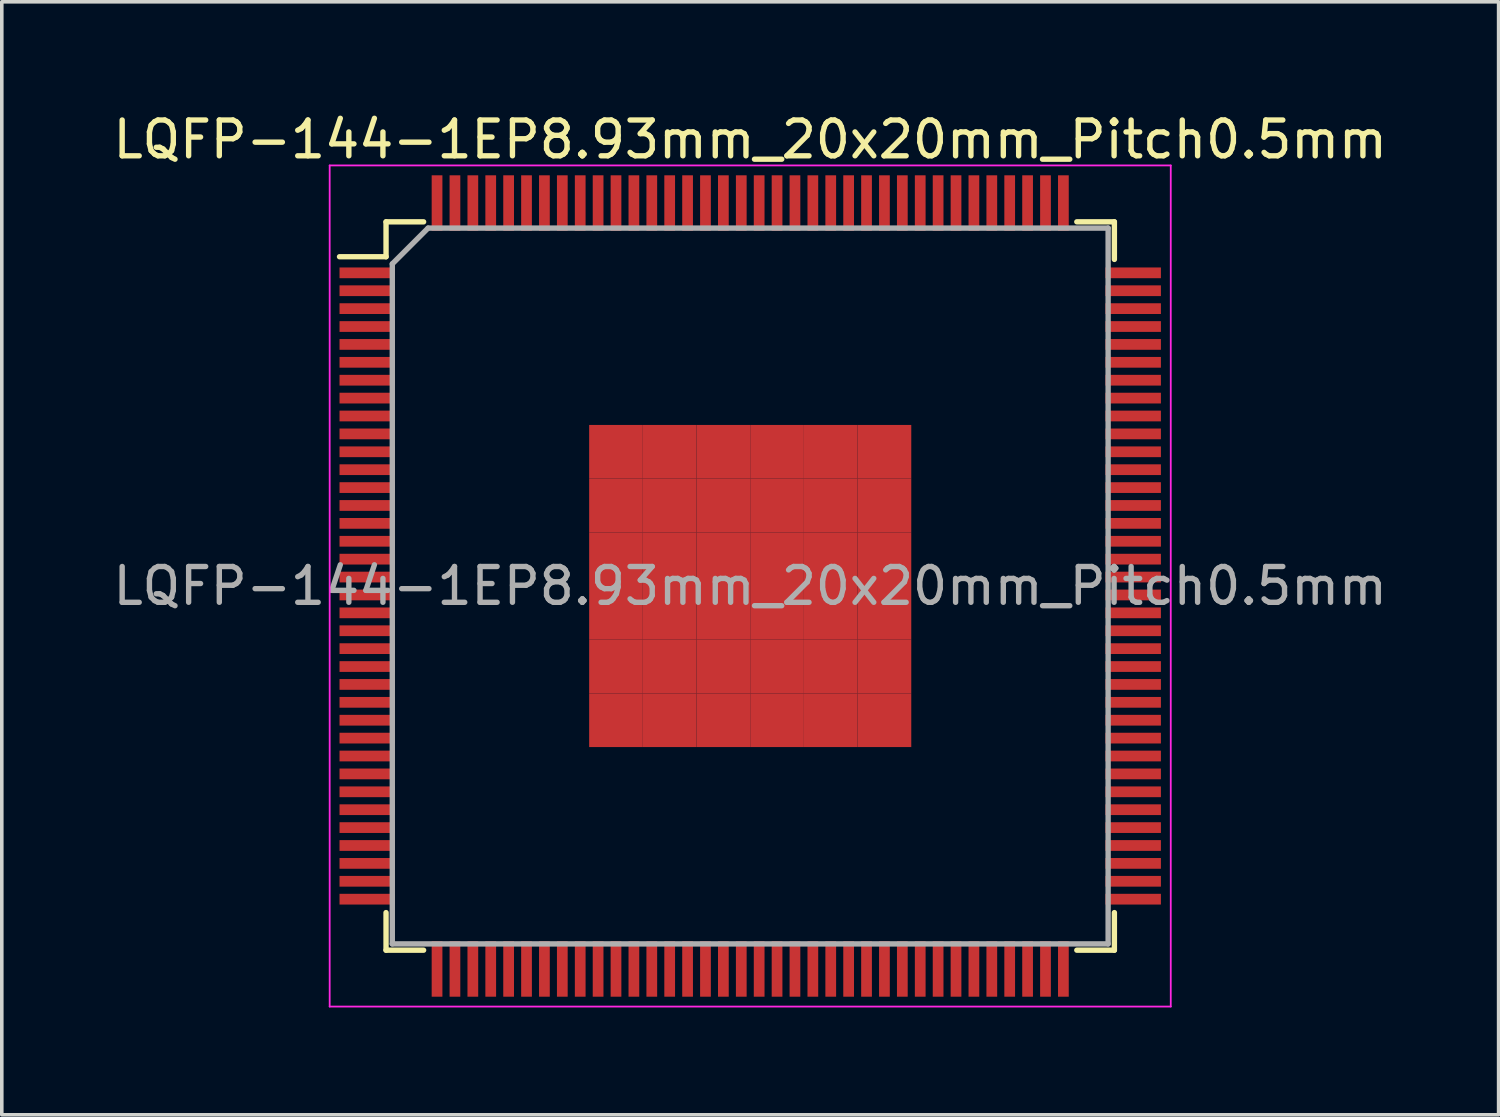
<source format=kicad_pcb>
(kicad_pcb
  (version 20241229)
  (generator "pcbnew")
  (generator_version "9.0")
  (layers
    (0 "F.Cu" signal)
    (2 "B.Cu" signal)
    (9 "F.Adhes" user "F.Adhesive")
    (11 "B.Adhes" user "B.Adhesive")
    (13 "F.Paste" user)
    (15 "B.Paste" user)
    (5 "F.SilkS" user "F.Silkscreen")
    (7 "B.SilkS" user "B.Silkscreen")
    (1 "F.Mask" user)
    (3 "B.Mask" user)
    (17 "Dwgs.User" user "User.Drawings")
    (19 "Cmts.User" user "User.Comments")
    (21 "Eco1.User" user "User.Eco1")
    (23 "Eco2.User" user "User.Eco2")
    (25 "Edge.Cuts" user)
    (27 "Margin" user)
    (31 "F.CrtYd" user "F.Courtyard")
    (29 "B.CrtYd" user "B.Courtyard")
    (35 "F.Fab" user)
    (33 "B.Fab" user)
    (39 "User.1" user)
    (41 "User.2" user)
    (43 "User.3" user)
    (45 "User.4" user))
  (footprint "LQFP-144-1EP8.93mm_20x20mm_Pitch0.5mm"
    (layer "F.Cu")
    (at 17.911 13.323)
    (property "Reference" "LQFP-144-1EP8.93mm_20x20mm_Pitch0.5mm" (at 0 -12.475 0) (layer "F.SilkS") (effects (font (size 1 1) (thickness 0.15))))
    (attr smd)
    (fp_line (start -10.175 -10.175) (end -10.175 -9.2) (stroke (width 0.15) (type solid)) (layer "F.SilkS"))
    (fp_line (start -10.175 -10.175) (end -9.125 -10.175) (stroke (width 0.15) (type solid)) (layer "F.SilkS"))
    (fp_line (start -10.175 -9.2) (end -11.475 -9.2) (stroke (width 0.15) (type solid)) (layer "F.SilkS"))
    (fp_line (start -10.175 10.175) (end -10.175 9.125) (stroke (width 0.15) (type solid)) (layer "F.SilkS"))
    (fp_line (start -10.175 10.175) (end -9.125 10.175) (stroke (width 0.15) (type solid)) (layer "F.SilkS"))
    (fp_line (start 10.175 -10.175) (end 9.125 -10.175) (stroke (width 0.15) (type solid)) (layer "F.SilkS"))
    (fp_line (start 10.175 -10.175) (end 10.175 -9.125) (stroke (width 0.15) (type solid)) (layer "F.SilkS"))
    (fp_line (start 10.175 10.175) (end 9.125 10.175) (stroke (width 0.15) (type solid)) (layer "F.SilkS"))
    (fp_line (start 10.175 10.175) (end 10.175 9.125) (stroke (width 0.15) (type solid)) (layer "F.SilkS"))
    (fp_line (start -11.75 -11.75) (end -11.75 11.75) (stroke (width 0.05) (type solid)) (layer "F.CrtYd"))
    (fp_line (start -11.75 -11.75) (end 11.75 -11.75) (stroke (width 0.05) (type solid)) (layer "F.CrtYd"))
    (fp_line (start -11.75 11.75) (end 11.75 11.75) (stroke (width 0.05) (type solid)) (layer "F.CrtYd"))
    (fp_line (start 11.75 -11.75) (end 11.75 11.75) (stroke (width 0.05) (type solid)) (layer "F.CrtYd"))
    (fp_line (start -10 -9) (end -9 -10) (stroke (width 0.15) (type solid)) (layer "F.Fab"))
    (fp_line (start -10 10) (end -10 -9) (stroke (width 0.15) (type solid)) (layer "F.Fab"))
    (fp_line (start -9 -10) (end 10 -10) (stroke (width 0.15) (type solid)) (layer "F.Fab"))
    (fp_line (start 10 -10) (end 10 10) (stroke (width 0.15) (type solid)) (layer "F.Fab"))
    (fp_line (start 10 10) (end -10 10) (stroke (width 0.15) (type solid)) (layer "F.Fab"))
    (fp_text user "${REFERENCE}" (at 0 0 0) (layer "F.Fab") (effects (font (size 1 1) (thickness 0.15))))
    (pad "1" smd rect (at -10.7 -8.75) (size 1.55 0.3) (layers "F.Cu" "F.Mask" "F.Paste"))
    (pad "2" smd rect (at -10.7 -8.25) (size 1.55 0.3) (layers "F.Cu" "F.Mask" "F.Paste"))
    (pad "3" smd rect (at -10.7 -7.75) (size 1.55 0.3) (layers "F.Cu" "F.Mask" "F.Paste"))
    (pad "4" smd rect (at -10.7 -7.25) (size 1.55 0.3) (layers "F.Cu" "F.Mask" "F.Paste"))
    (pad "5" smd rect (at -10.7 -6.75) (size 1.55 0.3) (layers "F.Cu" "F.Mask" "F.Paste"))
    (pad "6" smd rect (at -10.7 -6.25) (size 1.55 0.3) (layers "F.Cu" "F.Mask" "F.Paste"))
    (pad "7" smd rect (at -10.7 -5.75) (size 1.55 0.3) (layers "F.Cu" "F.Mask" "F.Paste"))
    (pad "8" smd rect (at -10.7 -5.25) (size 1.55 0.3) (layers "F.Cu" "F.Mask" "F.Paste"))
    (pad "9" smd rect (at -10.7 -4.75) (size 1.55 0.3) (layers "F.Cu" "F.Mask" "F.Paste"))
    (pad "10" smd rect (at -10.7 -4.25) (size 1.55 0.3) (layers "F.Cu" "F.Mask" "F.Paste"))
    (pad "11" smd rect (at -10.7 -3.75) (size 1.55 0.3) (layers "F.Cu" "F.Mask" "F.Paste"))
    (pad "12" smd rect (at -10.7 -3.25) (size 1.55 0.3) (layers "F.Cu" "F.Mask" "F.Paste"))
    (pad "13" smd rect (at -10.7 -2.75) (size 1.55 0.3) (layers "F.Cu" "F.Mask" "F.Paste"))
    (pad "14" smd rect (at -10.7 -2.25) (size 1.55 0.3) (layers "F.Cu" "F.Mask" "F.Paste"))
    (pad "15" smd rect (at -10.7 -1.75) (size 1.55 0.3) (layers "F.Cu" "F.Mask" "F.Paste"))
    (pad "16" smd rect (at -10.7 -1.25) (size 1.55 0.3) (layers "F.Cu" "F.Mask" "F.Paste"))
    (pad "17" smd rect (at -10.7 -0.75) (size 1.55 0.3) (layers "F.Cu" "F.Mask" "F.Paste"))
    (pad "18" smd rect (at -10.7 -0.25) (size 1.55 0.3) (layers "F.Cu" "F.Mask" "F.Paste"))
    (pad "19" smd rect (at -10.7 0.25) (size 1.55 0.3) (layers "F.Cu" "F.Mask" "F.Paste"))
    (pad "20" smd rect (at -10.7 0.75) (size 1.55 0.3) (layers "F.Cu" "F.Mask" "F.Paste"))
    (pad "21" smd rect (at -10.7 1.25) (size 1.55 0.3) (layers "F.Cu" "F.Mask" "F.Paste"))
    (pad "22" smd rect (at -10.7 1.75) (size 1.55 0.3) (layers "F.Cu" "F.Mask" "F.Paste"))
    (pad "23" smd rect (at -10.7 2.25) (size 1.55 0.3) (layers "F.Cu" "F.Mask" "F.Paste"))
    (pad "24" smd rect (at -10.7 2.75) (size 1.55 0.3) (layers "F.Cu" "F.Mask" "F.Paste"))
    (pad "25" smd rect (at -10.7 3.25) (size 1.55 0.3) (layers "F.Cu" "F.Mask" "F.Paste"))
    (pad "26" smd rect (at -10.7 3.75) (size 1.55 0.3) (layers "F.Cu" "F.Mask" "F.Paste"))
    (pad "27" smd rect (at -10.7 4.25) (size 1.55 0.3) (layers "F.Cu" "F.Mask" "F.Paste"))
    (pad "28" smd rect (at -10.7 4.75) (size 1.55 0.3) (layers "F.Cu" "F.Mask" "F.Paste"))
    (pad "29" smd rect (at -10.7 5.25) (size 1.55 0.3) (layers "F.Cu" "F.Mask" "F.Paste"))
    (pad "30" smd rect (at -10.7 5.75) (size 1.55 0.3) (layers "F.Cu" "F.Mask" "F.Paste"))
    (pad "31" smd rect (at -10.7 6.25) (size 1.55 0.3) (layers "F.Cu" "F.Mask" "F.Paste"))
    (pad "32" smd rect (at -10.7 6.75) (size 1.55 0.3) (layers "F.Cu" "F.Mask" "F.Paste"))
    (pad "33" smd rect (at -10.7 7.25) (size 1.55 0.3) (layers "F.Cu" "F.Mask" "F.Paste"))
    (pad "34" smd rect (at -10.7 7.75) (size 1.55 0.3) (layers "F.Cu" "F.Mask" "F.Paste"))
    (pad "35" smd rect (at -10.7 8.25) (size 1.55 0.3) (layers "F.Cu" "F.Mask" "F.Paste"))
    (pad "36" smd rect (at -10.7 8.75) (size 1.55 0.3) (layers "F.Cu" "F.Mask" "F.Paste"))
    (pad "37" smd rect (at -8.75 10.7 90) (size 1.55 0.3) (layers "F.Cu" "F.Mask" "F.Paste"))
    (pad "38" smd rect (at -8.25 10.7 90) (size 1.55 0.3) (layers "F.Cu" "F.Mask" "F.Paste"))
    (pad "39" smd rect (at -7.75 10.7 90) (size 1.55 0.3) (layers "F.Cu" "F.Mask" "F.Paste"))
    (pad "40" smd rect (at -7.25 10.7 90) (size 1.55 0.3) (layers "F.Cu" "F.Mask" "F.Paste"))
    (pad "41" smd rect (at -6.75 10.7 90) (size 1.55 0.3) (layers "F.Cu" "F.Mask" "F.Paste"))
    (pad "42" smd rect (at -6.25 10.7 90) (size 1.55 0.3) (layers "F.Cu" "F.Mask" "F.Paste"))
    (pad "43" smd rect (at -5.75 10.7 90) (size 1.55 0.3) (layers "F.Cu" "F.Mask" "F.Paste"))
    (pad "44" smd rect (at -5.25 10.7 90) (size 1.55 0.3) (layers "F.Cu" "F.Mask" "F.Paste"))
    (pad "45" smd rect (at -4.75 10.7 90) (size 1.55 0.3) (layers "F.Cu" "F.Mask" "F.Paste"))
    (pad "46" smd rect (at -4.25 10.7 90) (size 1.55 0.3) (layers "F.Cu" "F.Mask" "F.Paste"))
    (pad "47" smd rect (at -3.75 10.7 90) (size 1.55 0.3) (layers "F.Cu" "F.Mask" "F.Paste"))
    (pad "48" smd rect (at -3.25 10.7 90) (size 1.55 0.3) (layers "F.Cu" "F.Mask" "F.Paste"))
    (pad "49" smd rect (at -2.75 10.7 90) (size 1.55 0.3) (layers "F.Cu" "F.Mask" "F.Paste"))
    (pad "50" smd rect (at -2.25 10.7 90) (size 1.55 0.3) (layers "F.Cu" "F.Mask" "F.Paste"))
    (pad "51" smd rect (at -1.75 10.7 90) (size 1.55 0.3) (layers "F.Cu" "F.Mask" "F.Paste"))
    (pad "52" smd rect (at -1.25 10.7 90) (size 1.55 0.3) (layers "F.Cu" "F.Mask" "F.Paste"))
    (pad "53" smd rect (at -0.75 10.7 90) (size 1.55 0.3) (layers "F.Cu" "F.Mask" "F.Paste"))
    (pad "54" smd rect (at -0.25 10.7 90) (size 1.55 0.3) (layers "F.Cu" "F.Mask" "F.Paste"))
    (pad "55" smd rect (at 0.25 10.7 90) (size 1.55 0.3) (layers "F.Cu" "F.Mask" "F.Paste"))
    (pad "56" smd rect (at 0.75 10.7 90) (size 1.55 0.3) (layers "F.Cu" "F.Mask" "F.Paste"))
    (pad "57" smd rect (at 1.25 10.7 90) (size 1.55 0.3) (layers "F.Cu" "F.Mask" "F.Paste"))
    (pad "58" smd rect (at 1.75 10.7 90) (size 1.55 0.3) (layers "F.Cu" "F.Mask" "F.Paste"))
    (pad "59" smd rect (at 2.25 10.7 90) (size 1.55 0.3) (layers "F.Cu" "F.Mask" "F.Paste"))
    (pad "60" smd rect (at 2.75 10.7 90) (size 1.55 0.3) (layers "F.Cu" "F.Mask" "F.Paste"))
    (pad "61" smd rect (at 3.25 10.7 90) (size 1.55 0.3) (layers "F.Cu" "F.Mask" "F.Paste"))
    (pad "62" smd rect (at 3.75 10.7 90) (size 1.55 0.3) (layers "F.Cu" "F.Mask" "F.Paste"))
    (pad "63" smd rect (at 4.25 10.7 90) (size 1.55 0.3) (layers "F.Cu" "F.Mask" "F.Paste"))
    (pad "64" smd rect (at 4.75 10.7 90) (size 1.55 0.3) (layers "F.Cu" "F.Mask" "F.Paste"))
    (pad "65" smd rect (at 5.25 10.7 90) (size 1.55 0.3) (layers "F.Cu" "F.Mask" "F.Paste"))
    (pad "66" smd rect (at 5.75 10.7 90) (size 1.55 0.3) (layers "F.Cu" "F.Mask" "F.Paste"))
    (pad "67" smd rect (at 6.25 10.7 90) (size 1.55 0.3) (layers "F.Cu" "F.Mask" "F.Paste"))
    (pad "68" smd rect (at 6.75 10.7 90) (size 1.55 0.3) (layers "F.Cu" "F.Mask" "F.Paste"))
    (pad "69" smd rect (at 7.25 10.7 90) (size 1.55 0.3) (layers "F.Cu" "F.Mask" "F.Paste"))
    (pad "70" smd rect (at 7.75 10.7 90) (size 1.55 0.3) (layers "F.Cu" "F.Mask" "F.Paste"))
    (pad "71" smd rect (at 8.25 10.7 90) (size 1.55 0.3) (layers "F.Cu" "F.Mask" "F.Paste"))
    (pad "72" smd rect (at 8.75 10.7 90) (size 1.55 0.3) (layers "F.Cu" "F.Mask" "F.Paste"))
    (pad "73" smd rect (at 10.7 8.75) (size 1.55 0.3) (layers "F.Cu" "F.Mask" "F.Paste"))
    (pad "74" smd rect (at 10.7 8.25) (size 1.55 0.3) (layers "F.Cu" "F.Mask" "F.Paste"))
    (pad "75" smd rect (at 10.7 7.75) (size 1.55 0.3) (layers "F.Cu" "F.Mask" "F.Paste"))
    (pad "76" smd rect (at 10.7 7.25) (size 1.55 0.3) (layers "F.Cu" "F.Mask" "F.Paste"))
    (pad "77" smd rect (at 10.7 6.75) (size 1.55 0.3) (layers "F.Cu" "F.Mask" "F.Paste"))
    (pad "78" smd rect (at 10.7 6.25) (size 1.55 0.3) (layers "F.Cu" "F.Mask" "F.Paste"))
    (pad "79" smd rect (at 10.7 5.75) (size 1.55 0.3) (layers "F.Cu" "F.Mask" "F.Paste"))
    (pad "80" smd rect (at 10.7 5.25) (size 1.55 0.3) (layers "F.Cu" "F.Mask" "F.Paste"))
    (pad "81" smd rect (at 10.7 4.75) (size 1.55 0.3) (layers "F.Cu" "F.Mask" "F.Paste"))
    (pad "82" smd rect (at 10.7 4.25) (size 1.55 0.3) (layers "F.Cu" "F.Mask" "F.Paste"))
    (pad "83" smd rect (at 10.7 3.75) (size 1.55 0.3) (layers "F.Cu" "F.Mask" "F.Paste"))
    (pad "84" smd rect (at 10.7 3.25) (size 1.55 0.3) (layers "F.Cu" "F.Mask" "F.Paste"))
    (pad "85" smd rect (at 10.7 2.75) (size 1.55 0.3) (layers "F.Cu" "F.Mask" "F.Paste"))
    (pad "86" smd rect (at 10.7 2.25) (size 1.55 0.3) (layers "F.Cu" "F.Mask" "F.Paste"))
    (pad "87" smd rect (at 10.7 1.75) (size 1.55 0.3) (layers "F.Cu" "F.Mask" "F.Paste"))
    (pad "88" smd rect (at 10.7 1.25) (size 1.55 0.3) (layers "F.Cu" "F.Mask" "F.Paste"))
    (pad "89" smd rect (at 10.7 0.75) (size 1.55 0.3) (layers "F.Cu" "F.Mask" "F.Paste"))
    (pad "90" smd rect (at 10.7 0.25) (size 1.55 0.3) (layers "F.Cu" "F.Mask" "F.Paste"))
    (pad "91" smd rect (at 10.7 -0.25) (size 1.55 0.3) (layers "F.Cu" "F.Mask" "F.Paste"))
    (pad "92" smd rect (at 10.7 -0.75) (size 1.55 0.3) (layers "F.Cu" "F.Mask" "F.Paste"))
    (pad "93" smd rect (at 10.7 -1.25) (size 1.55 0.3) (layers "F.Cu" "F.Mask" "F.Paste"))
    (pad "94" smd rect (at 10.7 -1.75) (size 1.55 0.3) (layers "F.Cu" "F.Mask" "F.Paste"))
    (pad "95" smd rect (at 10.7 -2.25) (size 1.55 0.3) (layers "F.Cu" "F.Mask" "F.Paste"))
    (pad "96" smd rect (at 10.7 -2.75) (size 1.55 0.3) (layers "F.Cu" "F.Mask" "F.Paste"))
    (pad "97" smd rect (at 10.7 -3.25) (size 1.55 0.3) (layers "F.Cu" "F.Mask" "F.Paste"))
    (pad "98" smd rect (at 10.7 -3.75) (size 1.55 0.3) (layers "F.Cu" "F.Mask" "F.Paste"))
    (pad "99" smd rect (at 10.7 -4.25) (size 1.55 0.3) (layers "F.Cu" "F.Mask" "F.Paste"))
    (pad "100" smd rect (at 10.7 -4.75) (size 1.55 0.3) (layers "F.Cu" "F.Mask" "F.Paste"))
    (pad "101" smd rect (at 10.7 -5.25) (size 1.55 0.3) (layers "F.Cu" "F.Mask" "F.Paste"))
    (pad "102" smd rect (at 10.7 -5.75) (size 1.55 0.3) (layers "F.Cu" "F.Mask" "F.Paste"))
    (pad "103" smd rect (at 10.7 -6.25) (size 1.55 0.3) (layers "F.Cu" "F.Mask" "F.Paste"))
    (pad "104" smd rect (at 10.7 -6.75) (size 1.55 0.3) (layers "F.Cu" "F.Mask" "F.Paste"))
    (pad "105" smd rect (at 10.7 -7.25) (size 1.55 0.3) (layers "F.Cu" "F.Mask" "F.Paste"))
    (pad "106" smd rect (at 10.7 -7.75) (size 1.55 0.3) (layers "F.Cu" "F.Mask" "F.Paste"))
    (pad "107" smd rect (at 10.7 -8.25) (size 1.55 0.3) (layers "F.Cu" "F.Mask" "F.Paste"))
    (pad "108" smd rect (at 10.7 -8.75) (size 1.55 0.3) (layers "F.Cu" "F.Mask" "F.Paste"))
    (pad "109" smd rect (at 8.75 -10.7 90) (size 1.55 0.3) (layers "F.Cu" "F.Mask" "F.Paste"))
    (pad "110" smd rect (at 8.25 -10.7 90) (size 1.55 0.3) (layers "F.Cu" "F.Mask" "F.Paste"))
    (pad "111" smd rect (at 7.75 -10.7 90) (size 1.55 0.3) (layers "F.Cu" "F.Mask" "F.Paste"))
    (pad "112" smd rect (at 7.25 -10.7 90) (size 1.55 0.3) (layers "F.Cu" "F.Mask" "F.Paste"))
    (pad "113" smd rect (at 6.75 -10.7 90) (size 1.55 0.3) (layers "F.Cu" "F.Mask" "F.Paste"))
    (pad "114" smd rect (at 6.25 -10.7 90) (size 1.55 0.3) (layers "F.Cu" "F.Mask" "F.Paste"))
    (pad "115" smd rect (at 5.75 -10.7 90) (size 1.55 0.3) (layers "F.Cu" "F.Mask" "F.Paste"))
    (pad "116" smd rect (at 5.25 -10.7 90) (size 1.55 0.3) (layers "F.Cu" "F.Mask" "F.Paste"))
    (pad "117" smd rect (at 4.75 -10.7 90) (size 1.55 0.3) (layers "F.Cu" "F.Mask" "F.Paste"))
    (pad "118" smd rect (at 4.25 -10.7 90) (size 1.55 0.3) (layers "F.Cu" "F.Mask" "F.Paste"))
    (pad "119" smd rect (at 3.75 -10.7 90) (size 1.55 0.3) (layers "F.Cu" "F.Mask" "F.Paste"))
    (pad "120" smd rect (at 3.25 -10.7 90) (size 1.55 0.3) (layers "F.Cu" "F.Mask" "F.Paste"))
    (pad "121" smd rect (at 2.75 -10.7 90) (size 1.55 0.3) (layers "F.Cu" "F.Mask" "F.Paste"))
    (pad "122" smd rect (at 2.25 -10.7 90) (size 1.55 0.3) (layers "F.Cu" "F.Mask" "F.Paste"))
    (pad "123" smd rect (at 1.75 -10.7 90) (size 1.55 0.3) (layers "F.Cu" "F.Mask" "F.Paste"))
    (pad "124" smd rect (at 1.25 -10.7 90) (size 1.55 0.3) (layers "F.Cu" "F.Mask" "F.Paste"))
    (pad "125" smd rect (at 0.75 -10.7 90) (size 1.55 0.3) (layers "F.Cu" "F.Mask" "F.Paste"))
    (pad "126" smd rect (at 0.25 -10.7 90) (size 1.55 0.3) (layers "F.Cu" "F.Mask" "F.Paste"))
    (pad "127" smd rect (at -0.25 -10.7 90) (size 1.55 0.3) (layers "F.Cu" "F.Mask" "F.Paste"))
    (pad "128" smd rect (at -0.75 -10.7 90) (size 1.55 0.3) (layers "F.Cu" "F.Mask" "F.Paste"))
    (pad "129" smd rect (at -1.25 -10.7 90) (size 1.55 0.3) (layers "F.Cu" "F.Mask" "F.Paste"))
    (pad "130" smd rect (at -1.75 -10.7 90) (size 1.55 0.3) (layers "F.Cu" "F.Mask" "F.Paste"))
    (pad "131" smd rect (at -2.25 -10.7 90) (size 1.55 0.3) (layers "F.Cu" "F.Mask" "F.Paste"))
    (pad "132" smd rect (at -2.75 -10.7 90) (size 1.55 0.3) (layers "F.Cu" "F.Mask" "F.Paste"))
    (pad "133" smd rect (at -3.25 -10.7 90) (size 1.55 0.3) (layers "F.Cu" "F.Mask" "F.Paste"))
    (pad "134" smd rect (at -3.75 -10.7 90) (size 1.55 0.3) (layers "F.Cu" "F.Mask" "F.Paste"))
    (pad "135" smd rect (at -4.25 -10.7 90) (size 1.55 0.3) (layers "F.Cu" "F.Mask" "F.Paste"))
    (pad "136" smd rect (at -4.75 -10.7 90) (size 1.55 0.3) (layers "F.Cu" "F.Mask" "F.Paste"))
    (pad "137" smd rect (at -5.25 -10.7 90) (size 1.55 0.3) (layers "F.Cu" "F.Mask" "F.Paste"))
    (pad "138" smd rect (at -5.75 -10.7 90) (size 1.55 0.3) (layers "F.Cu" "F.Mask" "F.Paste"))
    (pad "139" smd rect (at -6.25 -10.7 90) (size 1.55 0.3) (layers "F.Cu" "F.Mask" "F.Paste"))
    (pad "140" smd rect (at -6.75 -10.7 90) (size 1.55 0.3) (layers "F.Cu" "F.Mask" "F.Paste"))
    (pad "141" smd rect (at -7.25 -10.7 90) (size 1.55 0.3) (layers "F.Cu" "F.Mask" "F.Paste"))
    (pad "142" smd rect (at -7.75 -10.7 90) (size 1.55 0.3) (layers "F.Cu" "F.Mask" "F.Paste"))
    (pad "143" smd rect (at -8.25 -10.7 90) (size 1.55 0.3) (layers "F.Cu" "F.Mask" "F.Paste"))
    (pad "144" smd rect (at -8.75 -10.7 90) (size 1.55 0.3) (layers "F.Cu" "F.Mask" "F.Paste"))
    (pad "145" smd rect (at -3.75 -3.75) (size 1.5 1.5) (layers "F.Cu" "F.Mask" "F.Paste"))
    (pad "145" smd rect (at -3.75 -2.25) (size 1.5 1.5) (layers "F.Cu" "F.Mask" "F.Paste"))
    (pad "145" smd rect (at -3.75 -0.75) (size 1.5 1.5) (layers "F.Cu" "F.Mask" "F.Paste"))
    (pad "145" smd rect (at -3.75 0.75) (size 1.5 1.5) (layers "F.Cu" "F.Mask" "F.Paste"))
    (pad "145" smd rect (at -3.75 2.25) (size 1.5 1.5) (layers "F.Cu" "F.Mask" "F.Paste"))
    (pad "145" smd rect (at -3.75 3.75) (size 1.5 1.5) (layers "F.Cu" "F.Mask" "F.Paste"))
    (pad "145" smd rect (at -2.25 -3.75) (size 1.5 1.5) (layers "F.Cu" "F.Mask" "F.Paste"))
    (pad "145" smd rect (at -2.25 -2.25) (size 1.5 1.5) (layers "F.Cu" "F.Mask" "F.Paste"))
    (pad "145" smd rect (at -2.25 -0.75) (size 1.5 1.5) (layers "F.Cu" "F.Mask" "F.Paste"))
    (pad "145" smd rect (at -2.25 0.75) (size 1.5 1.5) (layers "F.Cu" "F.Mask" "F.Paste"))
    (pad "145" smd rect (at -2.25 2.25) (size 1.5 1.5) (layers "F.Cu" "F.Mask" "F.Paste"))
    (pad "145" smd rect (at -2.25 3.75) (size 1.5 1.5) (layers "F.Cu" "F.Mask" "F.Paste"))
    (pad "145" smd rect (at -0.75 -3.75) (size 1.5 1.5) (layers "F.Cu" "F.Mask" "F.Paste"))
    (pad "145" smd rect (at -0.75 -2.25) (size 1.5 1.5) (layers "F.Cu" "F.Mask" "F.Paste"))
    (pad "145" smd rect (at -0.75 -0.75) (size 1.5 1.5) (layers "F.Cu" "F.Mask" "F.Paste"))
    (pad "145" smd rect (at -0.75 0.75) (size 1.5 1.5) (layers "F.Cu" "F.Mask" "F.Paste"))
    (pad "145" smd rect (at -0.75 2.25) (size 1.5 1.5) (layers "F.Cu" "F.Mask" "F.Paste"))
    (pad "145" smd rect (at -0.75 3.75) (size 1.5 1.5) (layers "F.Cu" "F.Mask" "F.Paste"))
    (pad "145" smd rect (at 0.75 -3.75) (size 1.5 1.5) (layers "F.Cu" "F.Mask" "F.Paste"))
    (pad "145" smd rect (at 0.75 -2.25) (size 1.5 1.5) (layers "F.Cu" "F.Mask" "F.Paste"))
    (pad "145" smd rect (at 0.75 -0.75) (size 1.5 1.5) (layers "F.Cu" "F.Mask" "F.Paste"))
    (pad "145" smd rect (at 0.75 0.75) (size 1.5 1.5) (layers "F.Cu" "F.Mask" "F.Paste"))
    (pad "145" smd rect (at 0.75 2.25) (size 1.5 1.5) (layers "F.Cu" "F.Mask" "F.Paste"))
    (pad "145" smd rect (at 0.75 3.75) (size 1.5 1.5) (layers "F.Cu" "F.Mask" "F.Paste"))
    (pad "145" smd rect (at 2.25 -3.75) (size 1.5 1.5) (layers "F.Cu" "F.Mask" "F.Paste"))
    (pad "145" smd rect (at 2.25 -2.25) (size 1.5 1.5) (layers "F.Cu" "F.Mask" "F.Paste"))
    (pad "145" smd rect (at 2.25 -0.75) (size 1.5 1.5) (layers "F.Cu" "F.Mask" "F.Paste"))
    (pad "145" smd rect (at 2.25 0.75) (size 1.5 1.5) (layers "F.Cu" "F.Mask" "F.Paste"))
    (pad "145" smd rect (at 2.25 2.25) (size 1.5 1.5) (layers "F.Cu" "F.Mask" "F.Paste"))
    (pad "145" smd rect (at 2.25 3.75) (size 1.5 1.5) (layers "F.Cu" "F.Mask" "F.Paste"))
    (pad "145" smd rect (at 3.75 -3.75) (size 1.5 1.5) (layers "F.Cu" "F.Mask" "F.Paste"))
    (pad "145" smd rect (at 3.75 -2.25) (size 1.5 1.5) (layers "F.Cu" "F.Mask" "F.Paste"))
    (pad "145" smd rect (at 3.75 -0.75) (size 1.5 1.5) (layers "F.Cu" "F.Mask" "F.Paste"))
    (pad "145" smd rect (at 3.75 0.75) (size 1.5 1.5) (layers "F.Cu" "F.Mask" "F.Paste"))
    (pad "145" smd rect (at 3.75 2.25) (size 1.5 1.5) (layers "F.Cu" "F.Mask" "F.Paste"))
    (pad "145" smd rect (at 3.75 3.75) (size 1.5 1.5) (layers "F.Cu" "F.Mask" "F.Paste")))
  (gr_rect
    (start -3 -3)
    (end 38.821 28.098)
    (stroke (width 0.1) (type default))
    (fill no)
    (layer "Edge.Cuts")))
</source>
